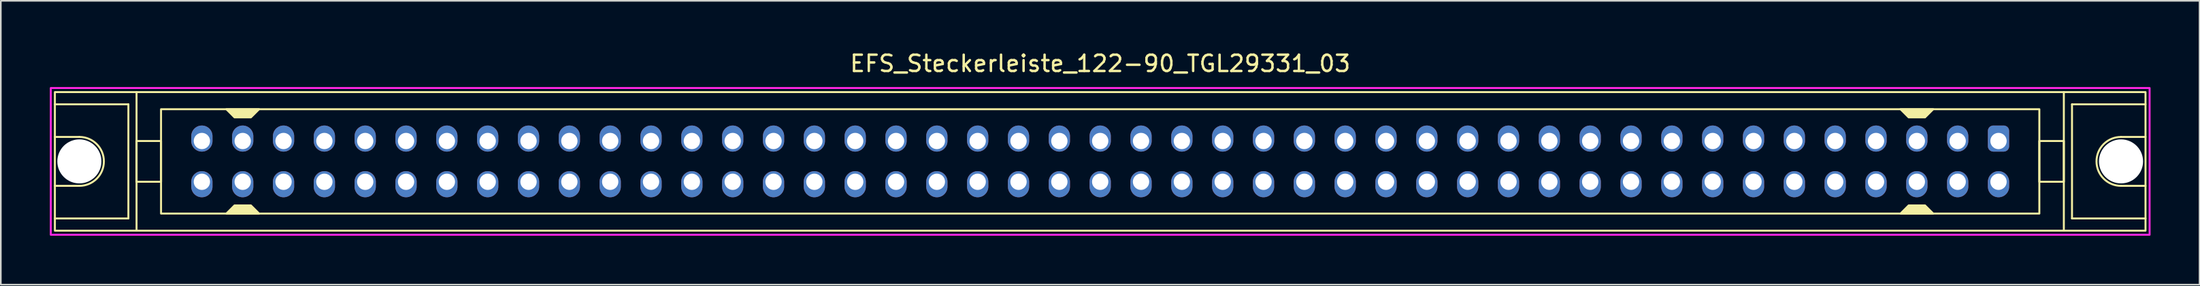
<source format=kicad_pcb>
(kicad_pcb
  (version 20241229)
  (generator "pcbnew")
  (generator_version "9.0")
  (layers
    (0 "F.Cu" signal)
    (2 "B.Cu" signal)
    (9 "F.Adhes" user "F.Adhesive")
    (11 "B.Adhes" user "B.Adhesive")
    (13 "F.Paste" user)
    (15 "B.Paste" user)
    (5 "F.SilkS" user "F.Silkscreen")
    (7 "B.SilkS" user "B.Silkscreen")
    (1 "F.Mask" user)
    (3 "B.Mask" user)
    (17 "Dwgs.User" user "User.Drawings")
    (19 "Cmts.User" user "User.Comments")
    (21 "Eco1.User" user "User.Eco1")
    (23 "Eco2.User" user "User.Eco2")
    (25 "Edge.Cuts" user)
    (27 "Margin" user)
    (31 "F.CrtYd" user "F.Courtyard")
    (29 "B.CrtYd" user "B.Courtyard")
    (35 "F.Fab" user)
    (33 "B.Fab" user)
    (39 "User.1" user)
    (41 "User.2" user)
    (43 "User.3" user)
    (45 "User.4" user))
  (footprint "EFS_Steckerleiste_122-90_TGL29331_03"
    (layer "F.Cu")
    (at 64.31 6.848)
    (property "Reference" "EFS_Steckerleiste_122-90_TGL29331_03" (at 0 -6 180) (layer "F.SilkS") (effects (font (size 1 1) (thickness 0.15))))
    (attr through_hole)
    (fp_line (start -64 -3.5) (end -59.5 -3.5) (stroke (width 0.12) (type solid)) (layer "F.SilkS"))
    (fp_line (start -62.5 -1.5) (end -64 -1.5) (stroke (width 0.12) (type solid)) (layer "F.SilkS"))
    (fp_line (start -62.5 1.5) (end -64 1.5) (stroke (width 0.12) (type solid)) (layer "F.SilkS"))
    (fp_line (start -59.5 -3.5) (end -59.5 3.5) (stroke (width 0.12) (type solid)) (layer "F.SilkS"))
    (fp_line (start -59.5 3.5) (end -64 3.5) (stroke (width 0.12) (type solid)) (layer "F.SilkS"))
    (fp_line (start -59 4.25) (end -59 -4.25) (stroke (width 0.12) (type solid)) (layer "F.SilkS"))
    (fp_line (start 59 4.25) (end 59 -4.25) (stroke (width 0.12) (type solid)) (layer "F.SilkS"))
    (fp_line (start 59.5 -3.5) (end 59.5 3.5) (stroke (width 0.12) (type solid)) (layer "F.SilkS"))
    (fp_line (start 59.5 3.5) (end 64 3.5) (stroke (width 0.12) (type solid)) (layer "F.SilkS"))
    (fp_line (start 62.5 -1.5) (end 64 -1.5) (stroke (width 0.12) (type solid)) (layer "F.SilkS"))
    (fp_line (start 62.5 1.5) (end 64 1.5) (stroke (width 0.12) (type solid)) (layer "F.SilkS"))
    (fp_line (start 64 -3.5) (end 59.5 -3.5) (stroke (width 0.12) (type solid)) (layer "F.SilkS"))
    (fp_rect (start -64 -4.25) (end 64 4.25) (stroke (width 0.12) (type solid)) (fill no) (layer "F.SilkS"))
    (fp_rect (start -57.5 -3.2) (end 57.5 3.2) (stroke (width 0.12) (type solid)) (fill no) (layer "F.SilkS"))
    (fp_rect (start -57.5 -1.25) (end -59 1.25) (stroke (width 0.12) (type solid)) (fill no) (layer "F.SilkS"))
    (fp_rect (start 59 -1.25) (end 57.5 1.25) (stroke (width 0.12) (type solid)) (fill no) (layer "F.SilkS"))
    (fp_arc (start -62.5 -1.5) (mid -61 0) (end -62.5 1.5) (stroke (width 0.12) (type solid)) (layer "F.SilkS"))
    (fp_arc (start 62.5 1.5) (mid 61 0) (end 62.5 -1.5) (stroke (width 0.12) (type solid)) (layer "F.SilkS"))
    (fp_poly (pts (xy -53 2.7) (xy -52 2.7) (xy -51.5 3.2) (xy -53.5 3.2)) (stroke (width 0.12) (type solid)) (fill yes) (layer "F.SilkS"))
    (fp_poly (pts (xy -52 -2.7) (xy -53 -2.7) (xy -53.5 -3.2) (xy -51.5 -3.2)) (stroke (width 0.12) (type solid)) (fill yes) (layer "F.SilkS"))
    (fp_poly (pts (xy 49.5 2.7) (xy 50.5 2.7) (xy 51 3.2) (xy 49 3.2)) (stroke (width 0.12) (type solid)) (fill yes) (layer "F.SilkS"))
    (fp_poly (pts (xy 50.5 -2.7) (xy 49.5 -2.7) (xy 49 -3.2) (xy 51 -3.2)) (stroke (width 0.12) (type solid)) (fill yes) (layer "F.SilkS"))
    (fp_rect (start -64.25 -4.5) (end 64.25 4.5) (stroke (width 0.12) (type solid)) (fill no) (layer "F.CrtYd"))
    (pad "" np_thru_hole circle (at -62.5 0) (size 2.7 2.7) (drill 2.7) (layers "*.Cu" "*.Mask"))
    (pad "" np_thru_hole circle (at 62.5 0) (size 2.7 2.7) (drill 2.7) (layers "*.Cu" "*.Mask"))
    (pad "1a" thru_hole roundrect (at 55 -1.25) (size 1.3 1.6) (drill 1 (offset 0 -0.15)) (layers "*.Cu" "*.Mask") (roundrect_rratio 0.25))
    (pad "1b" thru_hole oval (at 55 1.25) (size 1.3 1.6) (drill 1 (offset 0 0.15)) (layers "*.Cu" "*.Mask"))
    (pad "2a" thru_hole oval (at 52.5 -1.25) (size 1.3 1.6) (drill 1 (offset 0 -0.15)) (layers "*.Cu" "*.Mask"))
    (pad "2b" thru_hole oval (at 52.5 1.25) (size 1.3 1.6) (drill 1 (offset 0 0.15)) (layers "*.Cu" "*.Mask"))
    (pad "3a" thru_hole oval (at 50 -1.25) (size 1.3 1.6) (drill 1 (offset 0 -0.15)) (layers "*.Cu" "*.Mask"))
    (pad "3b" thru_hole oval (at 50 1.25) (size 1.3 1.6) (drill 1 (offset 0 0.15)) (layers "*.Cu" "*.Mask"))
    (pad "4a" thru_hole oval (at 47.5 -1.25) (size 1.3 1.6) (drill 1 (offset 0 -0.15)) (layers "*.Cu" "*.Mask"))
    (pad "4b" thru_hole oval (at 47.5 1.25) (size 1.3 1.6) (drill 1 (offset 0 0.15)) (layers "*.Cu" "*.Mask"))
    (pad "5a" thru_hole oval (at 45 -1.25) (size 1.3 1.6) (drill 1 (offset 0 -0.15)) (layers "*.Cu" "*.Mask"))
    (pad "5b" thru_hole oval (at 45 1.25) (size 1.3 1.6) (drill 1 (offset 0 0.15)) (layers "*.Cu" "*.Mask"))
    (pad "6a" thru_hole oval (at 42.5 -1.25) (size 1.3 1.6) (drill 1 (offset 0 -0.15)) (layers "*.Cu" "*.Mask"))
    (pad "6b" thru_hole oval (at 42.5 1.25) (size 1.3 1.6) (drill 1 (offset 0 0.15)) (layers "*.Cu" "*.Mask"))
    (pad "7a" thru_hole oval (at 40 -1.25) (size 1.3 1.6) (drill 1 (offset 0 -0.15)) (layers "*.Cu" "*.Mask"))
    (pad "7b" thru_hole oval (at 40 1.25) (size 1.3 1.6) (drill 1 (offset 0 0.15)) (layers "*.Cu" "*.Mask"))
    (pad "8a" thru_hole oval (at 37.5 -1.25) (size 1.3 1.6) (drill 1 (offset 0 -0.15)) (layers "*.Cu" "*.Mask"))
    (pad "8b" thru_hole oval (at 37.5 1.25) (size 1.3 1.6) (drill 1 (offset 0 0.15)) (layers "*.Cu" "*.Mask"))
    (pad "9a" thru_hole oval (at 35 -1.25) (size 1.3 1.6) (drill 1 (offset 0 -0.15)) (layers "*.Cu" "*.Mask"))
    (pad "9b" thru_hole oval (at 35 1.25) (size 1.3 1.6) (drill 1 (offset 0 0.15)) (layers "*.Cu" "*.Mask"))
    (pad "10a" thru_hole oval (at 32.5 -1.25) (size 1.3 1.6) (drill 1 (offset 0 -0.15)) (layers "*.Cu" "*.Mask"))
    (pad "10b" thru_hole oval (at 32.5 1.25) (size 1.3 1.6) (drill 1 (offset 0 0.15)) (layers "*.Cu" "*.Mask"))
    (pad "11a" thru_hole oval (at 30 -1.25) (size 1.3 1.6) (drill 1 (offset 0 -0.15)) (layers "*.Cu" "*.Mask"))
    (pad "11b" thru_hole oval (at 30 1.25) (size 1.3 1.6) (drill 1 (offset 0 0.15)) (layers "*.Cu" "*.Mask"))
    (pad "12a" thru_hole oval (at 27.5 -1.25) (size 1.3 1.6) (drill 1 (offset 0 -0.15)) (layers "*.Cu" "*.Mask"))
    (pad "12b" thru_hole oval (at 27.5 1.25) (size 1.3 1.6) (drill 1 (offset 0 0.15)) (layers "*.Cu" "*.Mask"))
    (pad "13a" thru_hole oval (at 25 -1.25) (size 1.3 1.6) (drill 1 (offset 0 -0.15)) (layers "*.Cu" "*.Mask"))
    (pad "13b" thru_hole oval (at 25 1.25) (size 1.3 1.6) (drill 1 (offset 0 0.15)) (layers "*.Cu" "*.Mask"))
    (pad "14a" thru_hole oval (at 22.5 -1.25) (size 1.3 1.6) (drill 1 (offset 0 -0.15)) (layers "*.Cu" "*.Mask"))
    (pad "14b" thru_hole oval (at 22.5 1.25) (size 1.3 1.6) (drill 1 (offset 0 0.15)) (layers "*.Cu" "*.Mask"))
    (pad "15a" thru_hole oval (at 20 -1.25) (size 1.3 1.6) (drill 1 (offset 0 -0.15)) (layers "*.Cu" "*.Mask"))
    (pad "15b" thru_hole oval (at 20 1.25) (size 1.3 1.6) (drill 1 (offset 0 0.15)) (layers "*.Cu" "*.Mask"))
    (pad "16a" thru_hole oval (at 17.5 -1.25) (size 1.3 1.6) (drill 1 (offset 0 -0.15)) (layers "*.Cu" "*.Mask"))
    (pad "16b" thru_hole oval (at 17.5 1.25) (size 1.3 1.6) (drill 1 (offset 0 0.15)) (layers "*.Cu" "*.Mask"))
    (pad "17a" thru_hole oval (at 15 -1.25) (size 1.3 1.6) (drill 1 (offset 0 -0.15)) (layers "*.Cu" "*.Mask"))
    (pad "17b" thru_hole oval (at 15 1.25) (size 1.3 1.6) (drill 1 (offset 0 0.15)) (layers "*.Cu" "*.Mask"))
    (pad "18a" thru_hole oval (at 12.5 -1.25) (size 1.3 1.6) (drill 1 (offset 0 -0.15)) (layers "*.Cu" "*.Mask"))
    (pad "18b" thru_hole oval (at 12.5 1.25) (size 1.3 1.6) (drill 1 (offset 0 0.15)) (layers "*.Cu" "*.Mask"))
    (pad "19a" thru_hole oval (at 10 -1.25) (size 1.3 1.6) (drill 1 (offset 0 -0.15)) (layers "*.Cu" "*.Mask"))
    (pad "19b" thru_hole oval (at 10 1.25) (size 1.3 1.6) (drill 1 (offset 0 0.15)) (layers "*.Cu" "*.Mask"))
    (pad "20a" thru_hole oval (at 7.5 -1.25) (size 1.3 1.6) (drill 1 (offset 0 -0.15)) (layers "*.Cu" "*.Mask"))
    (pad "20b" thru_hole oval (at 7.5 1.25) (size 1.3 1.6) (drill 1 (offset 0 0.15)) (layers "*.Cu" "*.Mask"))
    (pad "21a" thru_hole oval (at 5 -1.25) (size 1.3 1.6) (drill 1 (offset 0 -0.15)) (layers "*.Cu" "*.Mask"))
    (pad "21b" thru_hole oval (at 5 1.25) (size 1.3 1.6) (drill 1 (offset 0 0.15)) (layers "*.Cu" "*.Mask"))
    (pad "22a" thru_hole oval (at 2.5 -1.25) (size 1.3 1.6) (drill 1 (offset 0 -0.15)) (layers "*.Cu" "*.Mask"))
    (pad "22b" thru_hole oval (at 2.5 1.25) (size 1.3 1.6) (drill 1 (offset 0 0.15)) (layers "*.Cu" "*.Mask"))
    (pad "23a" thru_hole oval (at 0 -1.25) (size 1.3 1.6) (drill 1 (offset 0 -0.15)) (layers "*.Cu" "*.Mask"))
    (pad "23b" thru_hole oval (at 0 1.25) (size 1.3 1.6) (drill 1 (offset 0 0.15)) (layers "*.Cu" "*.Mask"))
    (pad "24a" thru_hole oval (at -2.5 -1.25) (size 1.3 1.6) (drill 1 (offset 0 -0.15)) (layers "*.Cu" "*.Mask"))
    (pad "24b" thru_hole oval (at -2.5 1.25) (size 1.3 1.6) (drill 1 (offset 0 0.15)) (layers "*.Cu" "*.Mask"))
    (pad "25a" thru_hole oval (at -5 -1.25) (size 1.3 1.6) (drill 1 (offset 0 -0.15)) (layers "*.Cu" "*.Mask"))
    (pad "25b" thru_hole oval (at -5 1.25) (size 1.3 1.6) (drill 1 (offset 0 0.15)) (layers "*.Cu" "*.Mask"))
    (pad "26a" thru_hole oval (at -7.5 -1.25) (size 1.3 1.6) (drill 1 (offset 0 -0.15)) (layers "*.Cu" "*.Mask"))
    (pad "26b" thru_hole oval (at -7.5 1.25) (size 1.3 1.6) (drill 1 (offset 0 0.15)) (layers "*.Cu" "*.Mask"))
    (pad "27a" thru_hole oval (at -10 -1.25) (size 1.3 1.6) (drill 1 (offset 0 -0.15)) (layers "*.Cu" "*.Mask"))
    (pad "27b" thru_hole oval (at -10 1.25) (size 1.3 1.6) (drill 1 (offset 0 0.15)) (layers "*.Cu" "*.Mask"))
    (pad "28a" thru_hole oval (at -12.5 -1.25) (size 1.3 1.6) (drill 1 (offset 0 -0.15)) (layers "*.Cu" "*.Mask"))
    (pad "28b" thru_hole oval (at -12.5 1.25) (size 1.3 1.6) (drill 1 (offset 0 0.15)) (layers "*.Cu" "*.Mask"))
    (pad "29a" thru_hole oval (at -15 -1.25) (size 1.3 1.6) (drill 1 (offset 0 -0.15)) (layers "*.Cu" "*.Mask"))
    (pad "29b" thru_hole oval (at -15 1.25) (size 1.3 1.6) (drill 1 (offset 0 0.15)) (layers "*.Cu" "*.Mask"))
    (pad "30a" thru_hole oval (at -17.5 -1.25) (size 1.3 1.6) (drill 1 (offset 0 -0.15)) (layers "*.Cu" "*.Mask"))
    (pad "30b" thru_hole oval (at -17.5 1.25) (size 1.3 1.6) (drill 1 (offset 0 0.15)) (layers "*.Cu" "*.Mask"))
    (pad "31a" thru_hole oval (at -20 -1.25) (size 1.3 1.6) (drill 1 (offset 0 -0.15)) (layers "*.Cu" "*.Mask"))
    (pad "31b" thru_hole oval (at -20 1.25) (size 1.3 1.6) (drill 1 (offset 0 0.15)) (layers "*.Cu" "*.Mask"))
    (pad "32a" thru_hole oval (at -22.5 -1.25) (size 1.3 1.6) (drill 1 (offset 0 -0.15)) (layers "*.Cu" "*.Mask"))
    (pad "32b" thru_hole oval (at -22.5 1.25) (size 1.3 1.6) (drill 1 (offset 0 0.15)) (layers "*.Cu" "*.Mask"))
    (pad "33a" thru_hole oval (at -25 -1.25) (size 1.3 1.6) (drill 1 (offset 0 -0.15)) (layers "*.Cu" "*.Mask"))
    (pad "33b" thru_hole oval (at -25 1.25) (size 1.3 1.6) (drill 1 (offset 0 0.15)) (layers "*.Cu" "*.Mask"))
    (pad "34a" thru_hole oval (at -27.5 -1.25) (size 1.3 1.6) (drill 1 (offset 0 -0.15)) (layers "*.Cu" "*.Mask"))
    (pad "34b" thru_hole oval (at -27.5 1.25) (size 1.3 1.6) (drill 1 (offset 0 0.15)) (layers "*.Cu" "*.Mask"))
    (pad "35a" thru_hole oval (at -30 -1.25) (size 1.3 1.6) (drill 1 (offset 0 -0.15)) (layers "*.Cu" "*.Mask"))
    (pad "35b" thru_hole oval (at -30 1.25) (size 1.3 1.6) (drill 1 (offset 0 0.15)) (layers "*.Cu" "*.Mask"))
    (pad "36a" thru_hole oval (at -32.5 -1.25) (size 1.3 1.6) (drill 1 (offset 0 -0.15)) (layers "*.Cu" "*.Mask"))
    (pad "36b" thru_hole oval (at -32.5 1.25) (size 1.3 1.6) (drill 1 (offset 0 0.15)) (layers "*.Cu" "*.Mask"))
    (pad "37a" thru_hole oval (at -35 -1.25) (size 1.3 1.6) (drill 1 (offset 0 -0.15)) (layers "*.Cu" "*.Mask"))
    (pad "37b" thru_hole oval (at -35 1.25) (size 1.3 1.6) (drill 1 (offset 0 0.15)) (layers "*.Cu" "*.Mask"))
    (pad "38a" thru_hole oval (at -37.5 -1.25) (size 1.3 1.6) (drill 1 (offset 0 -0.15)) (layers "*.Cu" "*.Mask"))
    (pad "38b" thru_hole oval (at -37.5 1.25) (size 1.3 1.6) (drill 1 (offset 0 0.15)) (layers "*.Cu" "*.Mask"))
    (pad "39a" thru_hole oval (at -40 -1.25) (size 1.3 1.6) (drill 1 (offset 0 -0.15)) (layers "*.Cu" "*.Mask"))
    (pad "39b" thru_hole oval (at -40 1.25) (size 1.3 1.6) (drill 1 (offset 0 0.15)) (layers "*.Cu" "*.Mask"))
    (pad "40a" thru_hole oval (at -42.5 -1.25) (size 1.3 1.6) (drill 1 (offset 0 -0.15)) (layers "*.Cu" "*.Mask"))
    (pad "40b" thru_hole oval (at -42.5 1.25) (size 1.3 1.6) (drill 1 (offset 0 0.15)) (layers "*.Cu" "*.Mask"))
    (pad "41a" thru_hole oval (at -45 -1.25) (size 1.3 1.6) (drill 1 (offset 0 -0.15)) (layers "*.Cu" "*.Mask"))
    (pad "41b" thru_hole oval (at -45 1.25) (size 1.3 1.6) (drill 1 (offset 0 0.15)) (layers "*.Cu" "*.Mask"))
    (pad "42a" thru_hole oval (at -47.5 -1.25) (size 1.3 1.6) (drill 1 (offset 0 -0.15)) (layers "*.Cu" "*.Mask"))
    (pad "42b" thru_hole oval (at -47.5 1.25) (size 1.3 1.6) (drill 1 (offset 0 0.15)) (layers "*.Cu" "*.Mask"))
    (pad "43a" thru_hole oval (at -50 -1.25) (size 1.3 1.6) (drill 1 (offset 0 -0.15)) (layers "*.Cu" "*.Mask"))
    (pad "43b" thru_hole oval (at -50 1.25) (size 1.3 1.6) (drill 1 (offset 0 0.15)) (layers "*.Cu" "*.Mask"))
    (pad "44a" thru_hole oval (at -52.5 -1.25) (size 1.3 1.6) (drill 1 (offset 0 -0.15)) (layers "*.Cu" "*.Mask"))
    (pad "44b" thru_hole oval (at -52.5 1.25) (size 1.3 1.6) (drill 1 (offset 0 0.15)) (layers "*.Cu" "*.Mask"))
    (pad "45a" thru_hole oval (at -55 -1.25) (size 1.3 1.6) (drill 1 (offset 0 -0.15)) (layers "*.Cu" "*.Mask"))
    (pad "45b" thru_hole oval (at -55 1.25) (size 1.3 1.6) (drill 1 (offset 0 0.15)) (layers "*.Cu" "*.Mask")))
  (gr_rect
    (start -3 -3)
    (end 131.62 14.408)
    (stroke (width 0.1) (type default))
    (fill no)
    (layer "Edge.Cuts")))
</source>
